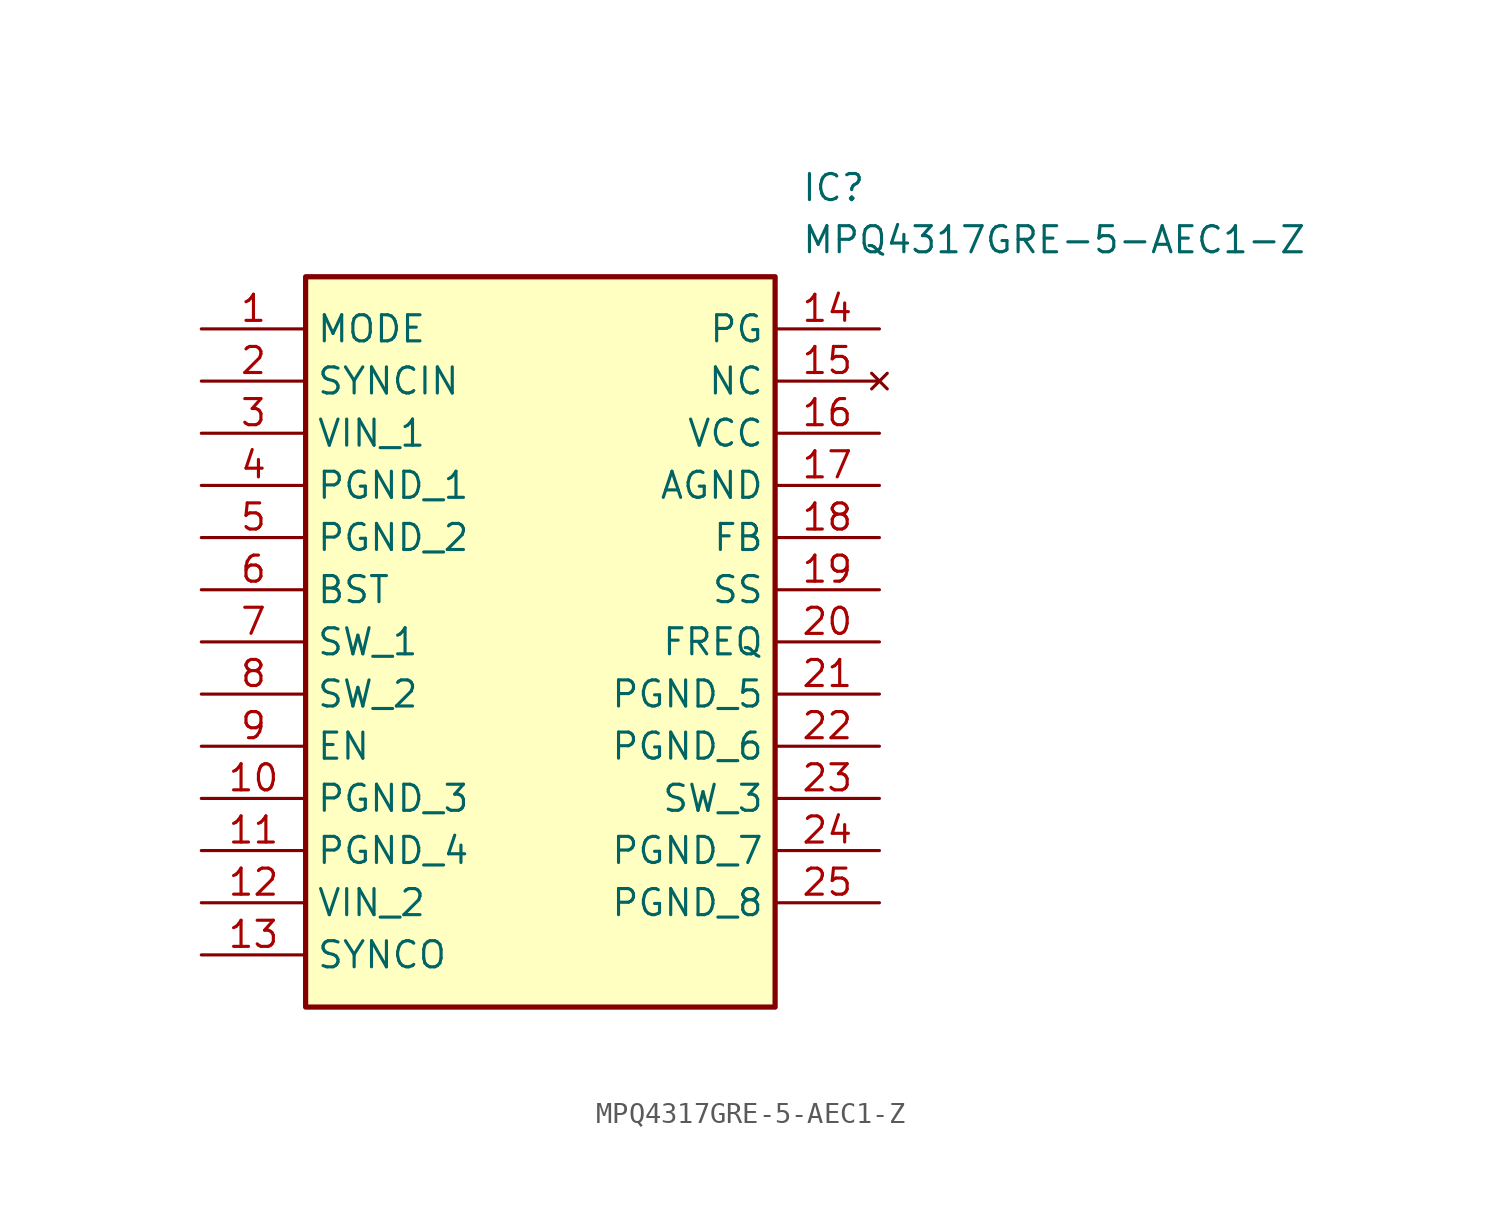
<source format=kicad_sym>
(kicad_symbol_lib
  (version 20211014)
  (generator SamacSys_ECAD_Model)
  (symbol "MPQ4317GRE-5-AEC1-Z"
    (property "Reference" "IC"
      (at 29.21 7.62 0)
      (effects (font (size 1.27 1.27)) (justify left top)))
    (property "Value" "MPQ4317GRE-5-AEC1-Z"
      (at 29.21 5.08 0)
      (effects (font (size 1.27 1.27)) (justify left top)))
    (rectangle
      (start 5.08 2.54)
      (end 27.94 -33.02)
      (stroke (width 0.254) (type default))
      (fill (type background)))
    (pin passive line
      (at 0 0 0)
      (length 5.08)
      (name "MODE" (effects (font (size 1.27 1.27))))
      (number "1" (effects (font (size 1.27 1.27)))))
    (pin passive line
      (at 0 -2.54 0)
      (length 5.08)
      (name "SYNCIN" (effects (font (size 1.27 1.27))))
      (number "2" (effects (font (size 1.27 1.27)))))
    (pin passive line
      (at 0 -5.08 0)
      (length 5.08)
      (name "VIN_1" (effects (font (size 1.27 1.27))))
      (number "3" (effects (font (size 1.27 1.27)))))
    (pin passive line
      (at 0 -7.62 0)
      (length 5.08)
      (name "PGND_1" (effects (font (size 1.27 1.27))))
      (number "4" (effects (font (size 1.27 1.27)))))
    (pin passive line
      (at 0 -10.16 0)
      (length 5.08)
      (name "PGND_2" (effects (font (size 1.27 1.27))))
      (number "5" (effects (font (size 1.27 1.27)))))
    (pin passive line
      (at 0 -12.7 0)
      (length 5.08)
      (name "BST" (effects (font (size 1.27 1.27))))
      (number "6" (effects (font (size 1.27 1.27)))))
    (pin passive line
      (at 0 -15.24 0)
      (length 5.08)
      (name "SW_1" (effects (font (size 1.27 1.27))))
      (number "7" (effects (font (size 1.27 1.27)))))
    (pin passive line
      (at 0 -17.78 0)
      (length 5.08)
      (name "SW_2" (effects (font (size 1.27 1.27))))
      (number "8" (effects (font (size 1.27 1.27)))))
    (pin passive line
      (at 0 -20.32 0)
      (length 5.08)
      (name "EN" (effects (font (size 1.27 1.27))))
      (number "9" (effects (font (size 1.27 1.27)))))
    (pin passive line
      (at 0 -22.86 0)
      (length 5.08)
      (name "PGND_3" (effects (font (size 1.27 1.27))))
      (number "10" (effects (font (size 1.27 1.27)))))
    (pin passive line
      (at 0 -25.4 0)
      (length 5.08)
      (name "PGND_4" (effects (font (size 1.27 1.27))))
      (number "11" (effects (font (size 1.27 1.27)))))
    (pin passive line
      (at 0 -27.94 0)
      (length 5.08)
      (name "VIN_2" (effects (font (size 1.27 1.27))))
      (number "12" (effects (font (size 1.27 1.27)))))
    (pin passive line
      (at 0 -30.48 0)
      (length 5.08)
      (name "SYNCO" (effects (font (size 1.27 1.27))))
      (number "13" (effects (font (size 1.27 1.27)))))
    (pin passive line
      (at 33.02 0 180)
      (length 5.08)
      (name "PG" (effects (font (size 1.27 1.27))))
      (number "14" (effects (font (size 1.27 1.27)))))
    (pin no_connect line
      (at 33.02 -2.54 180)
      (length 5.08)
      (name "NC" (effects (font (size 1.27 1.27))))
      (number "15" (effects (font (size 1.27 1.27)))))
    (pin passive line
      (at 33.02 -5.08 180)
      (length 5.08)
      (name "VCC" (effects (font (size 1.27 1.27))))
      (number "16" (effects (font (size 1.27 1.27)))))
    (pin passive line
      (at 33.02 -7.62 180)
      (length 5.08)
      (name "AGND" (effects (font (size 1.27 1.27))))
      (number "17" (effects (font (size 1.27 1.27)))))
    (pin passive line
      (at 33.02 -10.16 180)
      (length 5.08)
      (name "FB" (effects (font (size 1.27 1.27))))
      (number "18" (effects (font (size 1.27 1.27)))))
    (pin passive line
      (at 33.02 -12.7 180)
      (length 5.08)
      (name "SS" (effects (font (size 1.27 1.27))))
      (number "19" (effects (font (size 1.27 1.27)))))
    (pin passive line
      (at 33.02 -15.24 180)
      (length 5.08)
      (name "FREQ" (effects (font (size 1.27 1.27))))
      (number "20" (effects (font (size 1.27 1.27)))))
    (pin passive line
      (at 33.02 -17.78 180)
      (length 5.08)
      (name "PGND_5" (effects (font (size 1.27 1.27))))
      (number "21" (effects (font (size 1.27 1.27)))))
    (pin passive line
      (at 33.02 -20.32 180)
      (length 5.08)
      (name "PGND_6" (effects (font (size 1.27 1.27))))
      (number "22" (effects (font (size 1.27 1.27)))))
    (pin passive line
      (at 33.02 -22.86 180)
      (length 5.08)
      (name "SW_3" (effects (font (size 1.27 1.27))))
      (number "23" (effects (font (size 1.27 1.27)))))
    (pin passive line
      (at 33.02 -25.4 180)
      (length 5.08)
      (name "PGND_7" (effects (font (size 1.27 1.27))))
      (number "24" (effects (font (size 1.27 1.27)))))
    (pin passive line
      (at 33.02 -27.94 180)
      (length 5.08)
      (name "PGND_8" (effects (font (size 1.27 1.27))))
      (number "25" (effects (font (size 1.27 1.27)))))))
</source>
